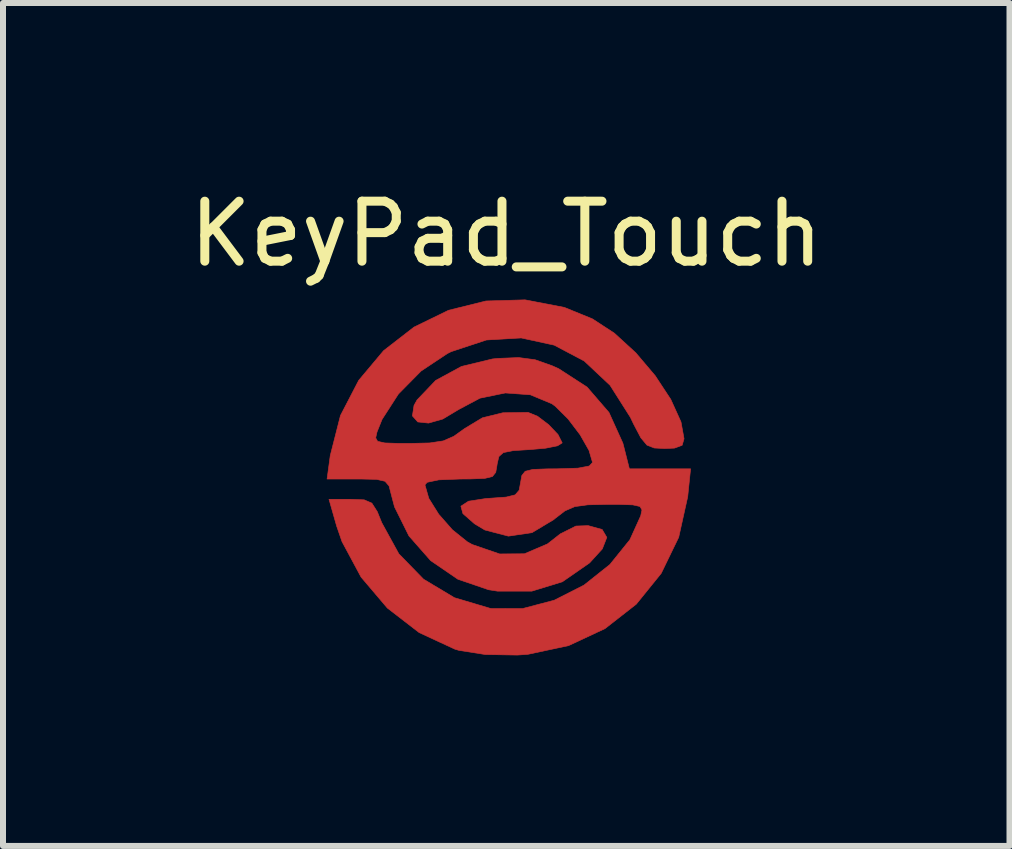
<source format=kicad_pcb>
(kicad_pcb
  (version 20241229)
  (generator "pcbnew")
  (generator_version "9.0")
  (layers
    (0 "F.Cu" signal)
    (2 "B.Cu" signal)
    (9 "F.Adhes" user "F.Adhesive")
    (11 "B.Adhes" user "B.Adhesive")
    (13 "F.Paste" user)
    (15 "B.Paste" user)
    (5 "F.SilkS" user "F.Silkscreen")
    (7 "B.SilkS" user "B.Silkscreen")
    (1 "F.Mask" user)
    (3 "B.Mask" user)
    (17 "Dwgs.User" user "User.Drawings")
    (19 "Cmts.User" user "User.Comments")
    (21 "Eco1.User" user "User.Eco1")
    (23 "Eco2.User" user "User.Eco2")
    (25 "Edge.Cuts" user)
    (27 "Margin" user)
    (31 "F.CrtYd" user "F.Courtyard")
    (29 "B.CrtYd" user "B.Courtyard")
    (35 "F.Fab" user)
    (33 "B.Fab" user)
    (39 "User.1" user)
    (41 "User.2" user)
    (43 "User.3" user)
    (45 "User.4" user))
  (footprint "KeyPad_Touch"
    (layer "F.Cu")
    (at 5.387 4.848)
    (property "Reference" "KeyPad_Touch" (at 0 -4 0) (layer "F.SilkS") (effects (font (size 1 1) (thickness 0.15))))
    (attr through_hole)
    (fp_poly (pts (xy 0.48 -1.903) (xy 0.766 -1.802) (xy 0.873 -1.754) (xy 1.347 -1.447) (xy 1.712 -1.024) (xy 1.944 -0.511) (xy 1.96 -0.449) (xy 2.052 -0.085) (xy 3.072 -0.085) (xy 3.024 0.381) (xy 2.874 1.056) (xy 2.582 1.658) (xy 2.167 2.171) (xy 1.646 2.578) (xy 1.038 2.862) (xy 0.36 3.007) (xy 0.185 3.019) (xy -0.35 3.01) (xy -0.788 2.941) (xy -0.858 2.92) (xy -1.451 2.645) (xy -1.982 2.235) (xy -2.42 1.719) (xy -2.737 1.129) (xy -2.827 0.868) (xy -2.954 0.423) (xy -2.589 0.423) (xy -2.368 0.432) (xy -2.24 0.487) (xy -2.149 0.63) (xy -2.075 0.813) (xy -1.79 1.332) (xy -1.378 1.755) (xy -0.864 2.063) (xy -0.273 2.239) (xy -0.238 2.244) (xy 0.276 2.243) (xy 0.8 2.105) (xy 1.296 1.853) (xy 1.728 1.509) (xy 2.061 1.096) (xy 2.241 0.699) (xy 2.262 0.6) (xy 2.229 0.543) (xy 2.109 0.516) (xy 1.87 0.508) (xy 1.689 0.508) (xy 1.359 0.515) (xy 1.141 0.545) (xy 0.978 0.616) (xy 0.813 0.743) (xy 0.791 0.762) (xy 0.429 0.979) (xy 0.036 1.037) (xy -0.356 0.935) (xy -0.528 0.832) (xy -0.722 0.662) (xy -0.756 0.538) (xy -0.629 0.455) (xy -0.338 0.41) (xy -0.275 0.406) (xy 0.000092 0.386) (xy 0.149 0.349) (xy 0.215 0.272) (xy 0.238 0.148) (xy 0.26 0.026) (xy 0.316 -0.044) (xy 0.444 -0.075) (xy 0.684 -0.084) (xy 0.852 -0.085) (xy 1.194 -0.096) (xy 1.384 -0.132) (xy 1.438 -0.191) (xy 1.379 -0.392) (xy 1.231 -0.652) (xy 1.032 -0.914) (xy 0.819 -1.126) (xy 0.761 -1.169) (xy 0.401 -1.319) (xy -0.017 -1.349) (xy -0.439 -1.262) (xy -0.79 -1.075) (xy -1.059 -0.914) (xy -1.296 -0.847) (xy -1.474 -0.866) (xy -1.564 -0.967) (xy -1.537 -1.142) (xy -1.487 -1.232) (xy -1.176 -1.558) (xy -0.746 -1.791) (xy -0.229 -1.916) (xy -0.14 -1.925) (xy 0.208 -1.939) (xy 0.48 -1.903)) (stroke (width 0.01) (type solid)) (fill yes) (layer "F.Cu"))
    (fp_poly (pts (xy 0.968 -2.775) (xy 1.436 -2.584) (xy 1.801 -2.346) (xy 2.159 -2.018) (xy 2.482 -1.637) (xy 2.742 -1.242) (xy 2.912 -0.867) (xy 2.963 -0.586) (xy 2.931 -0.477) (xy 2.804 -0.43) (xy 2.64 -0.423) (xy 2.465 -0.432) (xy 2.345 -0.48) (xy 2.243 -0.602) (xy 2.122 -0.832) (xy 2.069 -0.943) (xy 1.73 -1.477) (xy 1.3 -1.881) (xy 0.799 -2.146) (xy 0.249 -2.266) (xy -0.33 -2.232) (xy -0.917 -2.038) (xy -0.983 -2.005) (xy -1.42 -1.714) (xy -1.797 -1.332) (xy -2.07 -0.908) (xy -2.154 -0.699) (xy -2.176 -0.6) (xy -2.144 -0.543) (xy -2.024 -0.516) (xy -1.785 -0.508) (xy -1.609 -0.508) (xy -1.275 -0.516) (xy -1.05 -0.55) (xy -0.874 -0.627) (xy -0.694 -0.756) (xy -0.397 -0.935) (xy -0.056 -1.019) (xy 0.364 -1.025) (xy 0.52 -0.962) (xy 0.705 -0.822) (xy 0.862 -0.657) (xy 0.931 -0.52) (xy 0.931 -0.516) (xy 0.854 -0.468) (xy 0.653 -0.428) (xy 0.402 -0.406) (xy 0.113 -0.388) (xy -0.049 -0.355) (xy -0.123 -0.289) (xy -0.151 -0.17) (xy -0.154 -0.148) (xy -0.175 -0.026) (xy -0.231 0.044) (xy -0.36 0.075) (xy -0.6 0.084) (xy -0.768 0.085) (xy -1.125 0.099) (xy -1.318 0.14) (xy -1.355 0.183) (xy -1.291 0.407) (xy -1.125 0.673) (xy -0.897 0.932) (xy -0.648 1.132) (xy -0.567 1.177) (xy -0.11 1.334) (xy 0.303 1.331) (xy 0.687 1.167) (xy 0.901 0.999) (xy 1.161 0.869) (xy 1.366 0.862) (xy 1.598 0.926) (xy 1.676 1.058) (xy 1.601 1.25) (xy 1.389 1.483) (xy 0.935 1.798) (xy 0.426 1.954) (xy -0.144 1.954) (xy -0.296 1.93) (xy -0.807 1.755) (xy -1.26 1.445) (xy -1.622 1.033) (xy -1.862 0.55) (xy -1.916 0.345) (xy -1.953 0.201) (xy -2.02 0.123) (xy -2.16 0.091) (xy -2.417 0.085) (xy -2.477 0.085) (xy -2.986 0.085) (xy -2.933 -0.306) (xy -2.763 -0.973) (xy -2.459 -1.559) (xy -2.044 -2.054) (xy -1.537 -2.447) (xy -0.962 -2.727) (xy -0.338 -2.882) (xy 0.313 -2.901) (xy 0.968 -2.775)) (stroke (width 0.01) (type solid)) (fill yes) (layer "F.Cu"))
    (pad "" smd circle (at 0.05 0.1) (size 6.2 6.2) (layers "F.Mask"))
    (pad "1" smd rect (at -2.6 -0.2) (size 0.5 0.5) (layers "F.Cu" "F.Mask"))
    (pad "2" smd rect (at 2.7 0.2) (size 0.5 0.5) (layers "F.Cu" "F.Mask")))
  (gr_rect
    (start -3 -3)
    (end 13.774 11.048)
    (stroke (width 0.1) (type default))
    (fill no)
    (layer "Edge.Cuts")))
</source>
